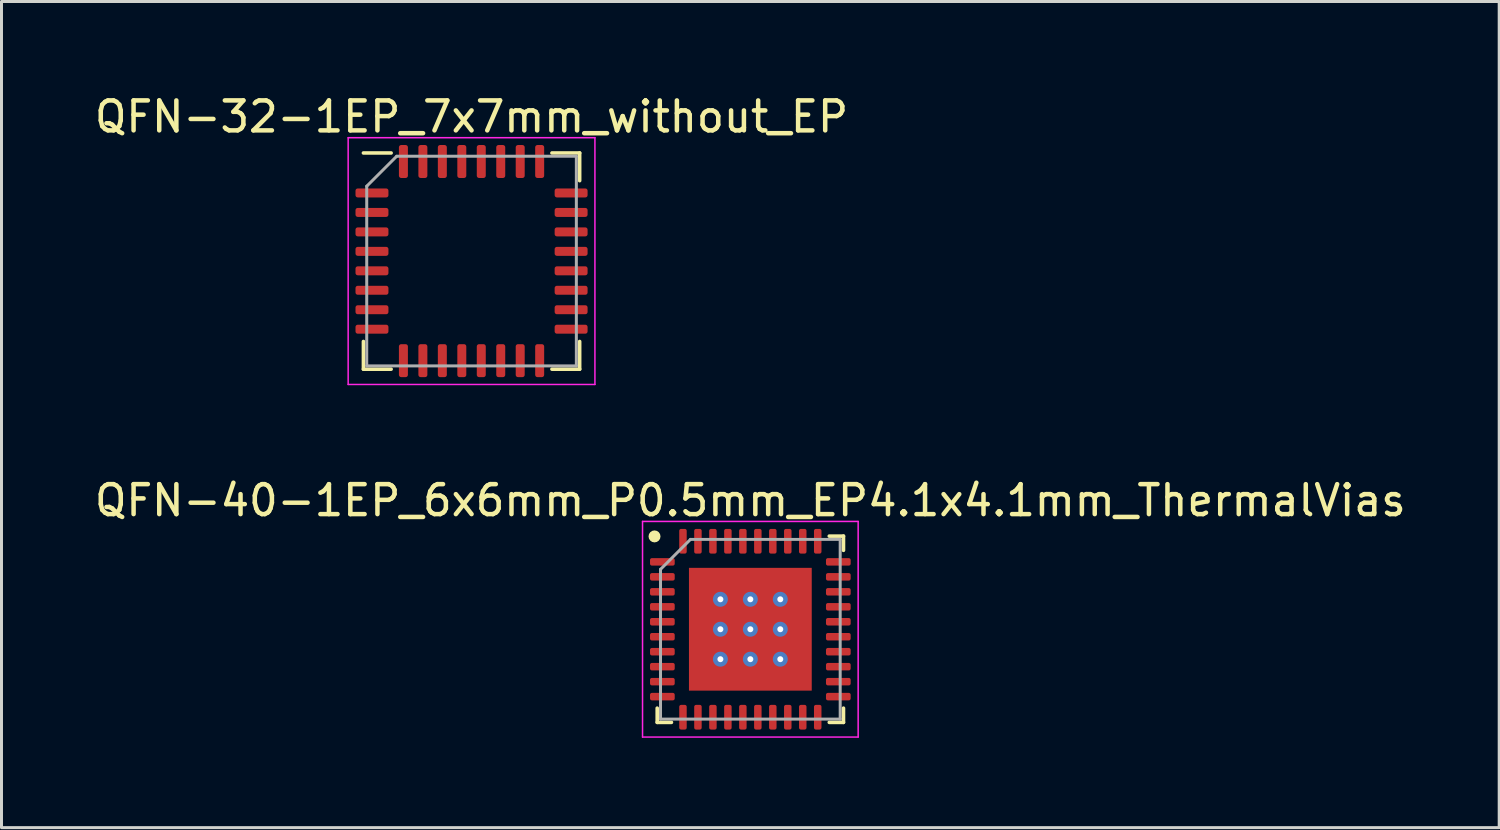
<source format=kicad_pcb>
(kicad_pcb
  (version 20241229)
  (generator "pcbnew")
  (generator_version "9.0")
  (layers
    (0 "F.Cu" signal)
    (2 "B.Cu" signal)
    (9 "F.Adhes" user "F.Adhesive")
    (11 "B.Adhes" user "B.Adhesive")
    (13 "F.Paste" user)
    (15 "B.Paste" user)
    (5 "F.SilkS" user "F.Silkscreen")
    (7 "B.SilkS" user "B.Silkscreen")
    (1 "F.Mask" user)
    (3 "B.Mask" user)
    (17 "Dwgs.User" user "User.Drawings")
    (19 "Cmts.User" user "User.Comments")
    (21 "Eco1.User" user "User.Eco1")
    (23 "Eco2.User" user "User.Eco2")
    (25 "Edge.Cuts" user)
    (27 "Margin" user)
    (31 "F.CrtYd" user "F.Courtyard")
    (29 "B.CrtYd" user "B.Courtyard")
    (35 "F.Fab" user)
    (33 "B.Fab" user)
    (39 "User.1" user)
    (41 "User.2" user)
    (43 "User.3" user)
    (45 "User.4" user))
  (footprint "QFN-32-1EP_7x7mm_without_EP"
    (layer "F.Cu")
    (at 12.696 5.668)
    (property "Reference" "QFN-32-1EP_7x7mm_without_EP" (at 0 -4.82 0) (layer "F.SilkS") (effects (font (size 1 1) (thickness 0.15))))
    (attr smd)
    (fp_line (start -3.61 3.61) (end -3.61 2.685) (stroke (width 0.12) (type solid)) (layer "F.SilkS"))
    (fp_line (start -2.685 -3.61) (end -3.61 -3.61) (stroke (width 0.12) (type solid)) (layer "F.SilkS"))
    (fp_line (start -2.685 3.61) (end -3.61 3.61) (stroke (width 0.12) (type solid)) (layer "F.SilkS"))
    (fp_line (start 2.685 -3.61) (end 3.61 -3.61) (stroke (width 0.12) (type solid)) (layer "F.SilkS"))
    (fp_line (start 2.685 3.61) (end 3.61 3.61) (stroke (width 0.12) (type solid)) (layer "F.SilkS"))
    (fp_line (start 3.61 -3.61) (end 3.61 -2.685) (stroke (width 0.12) (type solid)) (layer "F.SilkS"))
    (fp_line (start 3.61 3.61) (end 3.61 2.685) (stroke (width 0.12) (type solid)) (layer "F.SilkS"))
    (fp_line (start -4.12 -4.12) (end -4.12 4.12) (stroke (width 0.05) (type solid)) (layer "F.CrtYd"))
    (fp_line (start -4.12 4.12) (end 4.12 4.12) (stroke (width 0.05) (type solid)) (layer "F.CrtYd"))
    (fp_line (start 4.12 -4.12) (end -4.12 -4.12) (stroke (width 0.05) (type solid)) (layer "F.CrtYd"))
    (fp_line (start 4.12 4.12) (end 4.12 -4.12) (stroke (width 0.05) (type solid)) (layer "F.CrtYd"))
    (fp_line (start -3.5 -2.5) (end -2.5 -3.5) (stroke (width 0.1) (type solid)) (layer "F.Fab"))
    (fp_line (start -3.5 3.5) (end -3.5 -2.5) (stroke (width 0.1) (type solid)) (layer "F.Fab"))
    (fp_line (start -2.5 -3.5) (end 3.5 -3.5) (stroke (width 0.1) (type solid)) (layer "F.Fab"))
    (fp_line (start 3.5 -3.5) (end 3.5 3.5) (stroke (width 0.1) (type solid)) (layer "F.Fab"))
    (fp_line (start 3.5 3.5) (end -3.5 3.5) (stroke (width 0.1) (type solid)) (layer "F.Fab"))
    (pad "1" smd roundrect (at -3.325 -2.275) (size 1.1 0.3) (layers "F.Cu" "F.Mask" "F.Paste") (roundrect_rratio 0.25))
    (pad "2" smd roundrect (at -3.325 -1.625) (size 1.1 0.3) (layers "F.Cu" "F.Mask" "F.Paste") (roundrect_rratio 0.25))
    (pad "3" smd roundrect (at -3.325 -0.975) (size 1.1 0.3) (layers "F.Cu" "F.Mask" "F.Paste") (roundrect_rratio 0.25))
    (pad "4" smd roundrect (at -3.325 -0.325) (size 1.1 0.3) (layers "F.Cu" "F.Mask" "F.Paste") (roundrect_rratio 0.25))
    (pad "5" smd roundrect (at -3.325 0.325) (size 1.1 0.3) (layers "F.Cu" "F.Mask" "F.Paste") (roundrect_rratio 0.25))
    (pad "6" smd roundrect (at -3.325 0.975) (size 1.1 0.3) (layers "F.Cu" "F.Mask" "F.Paste") (roundrect_rratio 0.25))
    (pad "7" smd roundrect (at -3.325 1.625) (size 1.1 0.3) (layers "F.Cu" "F.Mask" "F.Paste") (roundrect_rratio 0.25))
    (pad "8" smd roundrect (at -3.325 2.275) (size 1.1 0.3) (layers "F.Cu" "F.Mask" "F.Paste") (roundrect_rratio 0.25))
    (pad "9" smd roundrect (at -2.275 3.325) (size 0.3 1.1) (layers "F.Cu" "F.Mask" "F.Paste") (roundrect_rratio 0.25))
    (pad "10" smd roundrect (at -1.625 3.325) (size 0.3 1.1) (layers "F.Cu" "F.Mask" "F.Paste") (roundrect_rratio 0.25))
    (pad "11" smd roundrect (at -0.975 3.325) (size 0.3 1.1) (layers "F.Cu" "F.Mask" "F.Paste") (roundrect_rratio 0.25))
    (pad "12" smd roundrect (at -0.325 3.325) (size 0.3 1.1) (layers "F.Cu" "F.Mask" "F.Paste") (roundrect_rratio 0.25))
    (pad "13" smd roundrect (at 0.325 3.325) (size 0.3 1.1) (layers "F.Cu" "F.Mask" "F.Paste") (roundrect_rratio 0.25))
    (pad "14" smd roundrect (at 0.975 3.325) (size 0.3 1.1) (layers "F.Cu" "F.Mask" "F.Paste") (roundrect_rratio 0.25))
    (pad "15" smd roundrect (at 1.625 3.325) (size 0.3 1.1) (layers "F.Cu" "F.Mask" "F.Paste") (roundrect_rratio 0.25))
    (pad "16" smd roundrect (at 2.275 3.325) (size 0.3 1.1) (layers "F.Cu" "F.Mask" "F.Paste") (roundrect_rratio 0.25))
    (pad "17" smd roundrect (at 3.325 2.275) (size 1.1 0.3) (layers "F.Cu" "F.Mask" "F.Paste") (roundrect_rratio 0.25))
    (pad "18" smd roundrect (at 3.325 1.625) (size 1.1 0.3) (layers "F.Cu" "F.Mask" "F.Paste") (roundrect_rratio 0.25))
    (pad "19" smd roundrect (at 3.325 0.975) (size 1.1 0.3) (layers "F.Cu" "F.Mask" "F.Paste") (roundrect_rratio 0.25))
    (pad "20" smd roundrect (at 3.325 0.325) (size 1.1 0.3) (layers "F.Cu" "F.Mask" "F.Paste") (roundrect_rratio 0.25))
    (pad "21" smd roundrect (at 3.325 -0.325) (size 1.1 0.3) (layers "F.Cu" "F.Mask" "F.Paste") (roundrect_rratio 0.25))
    (pad "22" smd roundrect (at 3.325 -0.975) (size 1.1 0.3) (layers "F.Cu" "F.Mask" "F.Paste") (roundrect_rratio 0.25))
    (pad "23" smd roundrect (at 3.325 -1.625) (size 1.1 0.3) (layers "F.Cu" "F.Mask" "F.Paste") (roundrect_rratio 0.25))
    (pad "24" smd roundrect (at 3.325 -2.275) (size 1.1 0.3) (layers "F.Cu" "F.Mask" "F.Paste") (roundrect_rratio 0.25))
    (pad "25" smd roundrect (at 2.275 -3.325) (size 0.3 1.1) (layers "F.Cu" "F.Mask" "F.Paste") (roundrect_rratio 0.25))
    (pad "26" smd roundrect (at 1.625 -3.325) (size 0.3 1.1) (layers "F.Cu" "F.Mask" "F.Paste") (roundrect_rratio 0.25))
    (pad "27" smd roundrect (at 0.975 -3.325) (size 0.3 1.1) (layers "F.Cu" "F.Mask" "F.Paste") (roundrect_rratio 0.25))
    (pad "28" smd roundrect (at 0.325 -3.325) (size 0.3 1.1) (layers "F.Cu" "F.Mask" "F.Paste") (roundrect_rratio 0.25))
    (pad "29" smd roundrect (at -0.325 -3.325) (size 0.3 1.1) (layers "F.Cu" "F.Mask" "F.Paste") (roundrect_rratio 0.25))
    (pad "30" smd roundrect (at -0.975 -3.325) (size 0.3 1.1) (layers "F.Cu" "F.Mask" "F.Paste") (roundrect_rratio 0.25))
    (pad "31" smd roundrect (at -1.625 -3.325) (size 0.3 1.1) (layers "F.Cu" "F.Mask" "F.Paste") (roundrect_rratio 0.25))
    (pad "32" smd roundrect (at -2.275 -3.325) (size 0.3 1.1) (layers "F.Cu" "F.Mask" "F.Paste") (roundrect_rratio 0.25)))
  (footprint "QFN-40-1EP_6x6mm_P0.5mm_EP4.1x4.1mm_ThermalVias"
    (layer "F.Cu")
    (at 22.006 17.962)
    (property "Reference" "QFN-40-1EP_6x6mm_P0.5mm_EP4.1x4.1mm_ThermalVias" (at 0 -4.3 0) (layer "F.SilkS") (effects (font (size 1 1) (thickness 0.15))))
    (attr smd)
    (fp_line (start -3.11 3.11) (end -3.11 2.635) (stroke (width 0.12) (type solid)) (layer "F.SilkS"))
    (fp_line (start -2.635 3.11) (end -3.11 3.11) (stroke (width 0.12) (type solid)) (layer "F.SilkS"))
    (fp_line (start 2.635 -3.11) (end 3.11 -3.11) (stroke (width 0.12) (type solid)) (layer "F.SilkS"))
    (fp_line (start 2.635 3.11) (end 3.11 3.11) (stroke (width 0.12) (type solid)) (layer "F.SilkS"))
    (fp_line (start 3.11 -3.11) (end 3.11 -2.635) (stroke (width 0.12) (type solid)) (layer "F.SilkS"))
    (fp_line (start 3.11 3.11) (end 3.11 2.635) (stroke (width 0.12) (type solid)) (layer "F.SilkS"))
    (fp_circle (center -3.2 -3.1) (end -3.1 -3.1) (stroke (width 0.2) (type solid)) (fill no) (layer "F.SilkS"))
    (fp_line (start -3.6 -3.6) (end -3.6 3.6) (stroke (width 0.05) (type solid)) (layer "F.CrtYd"))
    (fp_line (start -3.6 3.6) (end 3.6 3.6) (stroke (width 0.05) (type solid)) (layer "F.CrtYd"))
    (fp_line (start 3.6 -3.6) (end -3.6 -3.6) (stroke (width 0.05) (type solid)) (layer "F.CrtYd"))
    (fp_line (start 3.6 3.6) (end 3.6 -3.6) (stroke (width 0.05) (type solid)) (layer "F.CrtYd"))
    (fp_line (start -3 -2) (end -2 -3) (stroke (width 0.1) (type solid)) (layer "F.Fab"))
    (fp_line (start -3 3) (end -3 -2) (stroke (width 0.1) (type solid)) (layer "F.Fab"))
    (fp_line (start -2 -3) (end 3 -3) (stroke (width 0.1) (type solid)) (layer "F.Fab"))
    (fp_line (start 3 -3) (end 3 3) (stroke (width 0.1) (type solid)) (layer "F.Fab"))
    (fp_line (start 3 3) (end -3 3) (stroke (width 0.1) (type solid)) (layer "F.Fab"))
    (pad "" smd custom (at -1.538 -1.538) (size 0.786 0.786) (layers "F.Paste") (options (anchor circle)) (primitives (gr_poly (pts (xy -0.34 -0.253) (xy -0.253 -0.34) (xy 0.253 -0.34) (xy 0.34 -0.253) (xy 0.34 0.253) (xy 0.253 0.34) (xy -0.253 0.34) (xy -0.34 0.253)) (width 0.21) (fill yes))))
    (pad "" smd custom (at -1.538 -0.512) (size 0.786 0.786) (layers "F.Paste") (options (anchor circle)) (primitives (gr_poly (pts (xy -0.34 -0.253) (xy -0.253 -0.34) (xy 0.253 -0.34) (xy 0.34 -0.253) (xy 0.34 0.253) (xy 0.253 0.34) (xy -0.253 0.34) (xy -0.34 0.253)) (width 0.21) (fill yes))))
    (pad "" smd custom (at -1.538 0.512) (size 0.786 0.786) (layers "F.Paste") (options (anchor circle)) (primitives (gr_poly (pts (xy -0.34 -0.253) (xy -0.253 -0.34) (xy 0.253 -0.34) (xy 0.34 -0.253) (xy 0.34 0.253) (xy 0.253 0.34) (xy -0.253 0.34) (xy -0.34 0.253)) (width 0.21) (fill yes))))
    (pad "" smd custom (at -1.538 1.538) (size 0.786 0.786) (layers "F.Paste") (options (anchor circle)) (primitives (gr_poly (pts (xy -0.34 -0.253) (xy -0.253 -0.34) (xy 0.253 -0.34) (xy 0.34 -0.253) (xy 0.34 0.253) (xy 0.253 0.34) (xy -0.253 0.34) (xy -0.34 0.253)) (width 0.21) (fill yes))))
    (pad "" smd custom (at -0.512 -1.538) (size 0.786 0.786) (layers "F.Paste") (options (anchor circle)) (primitives (gr_poly (pts (xy -0.34 -0.253) (xy -0.253 -0.34) (xy 0.253 -0.34) (xy 0.34 -0.253) (xy 0.34 0.253) (xy 0.253 0.34) (xy -0.253 0.34) (xy -0.34 0.253)) (width 0.21) (fill yes))))
    (pad "" smd custom (at -0.512 -0.512) (size 0.786 0.786) (layers "F.Paste") (options (anchor circle)) (primitives (gr_poly (pts (xy -0.34 -0.253) (xy -0.253 -0.34) (xy 0.253 -0.34) (xy 0.34 -0.253) (xy 0.34 0.253) (xy 0.253 0.34) (xy -0.253 0.34) (xy -0.34 0.253)) (width 0.21) (fill yes))))
    (pad "" smd custom (at -0.512 0.512) (size 0.786 0.786) (layers "F.Paste") (options (anchor circle)) (primitives (gr_poly (pts (xy -0.34 -0.253) (xy -0.253 -0.34) (xy 0.253 -0.34) (xy 0.34 -0.253) (xy 0.34 0.253) (xy 0.253 0.34) (xy -0.253 0.34) (xy -0.34 0.253)) (width 0.21) (fill yes))))
    (pad "" smd custom (at -0.512 1.538) (size 0.786 0.786) (layers "F.Paste") (options (anchor circle)) (primitives (gr_poly (pts (xy -0.34 -0.253) (xy -0.253 -0.34) (xy 0.253 -0.34) (xy 0.34 -0.253) (xy 0.34 0.253) (xy 0.253 0.34) (xy -0.253 0.34) (xy -0.34 0.253)) (width 0.21) (fill yes))))
    (pad "" smd custom (at 0.512 -1.538) (size 0.786 0.786) (layers "F.Paste") (options (anchor circle)) (primitives (gr_poly (pts (xy -0.34 -0.253) (xy -0.253 -0.34) (xy 0.253 -0.34) (xy 0.34 -0.253) (xy 0.34 0.253) (xy 0.253 0.34) (xy -0.253 0.34) (xy -0.34 0.253)) (width 0.21) (fill yes))))
    (pad "" smd custom (at 0.512 -0.512) (size 0.786 0.786) (layers "F.Paste") (options (anchor circle)) (primitives (gr_poly (pts (xy -0.34 -0.253) (xy -0.253 -0.34) (xy 0.253 -0.34) (xy 0.34 -0.253) (xy 0.34 0.253) (xy 0.253 0.34) (xy -0.253 0.34) (xy -0.34 0.253)) (width 0.21) (fill yes))))
    (pad "" smd custom (at 0.512 0.512) (size 0.786 0.786) (layers "F.Paste") (options (anchor circle)) (primitives (gr_poly (pts (xy -0.34 -0.253) (xy -0.253 -0.34) (xy 0.253 -0.34) (xy 0.34 -0.253) (xy 0.34 0.253) (xy 0.253 0.34) (xy -0.253 0.34) (xy -0.34 0.253)) (width 0.21) (fill yes))))
    (pad "" smd custom (at 0.512 1.538) (size 0.786 0.786) (layers "F.Paste") (options (anchor circle)) (primitives (gr_poly (pts (xy -0.34 -0.253) (xy -0.253 -0.34) (xy 0.253 -0.34) (xy 0.34 -0.253) (xy 0.34 0.253) (xy 0.253 0.34) (xy -0.253 0.34) (xy -0.34 0.253)) (width 0.21) (fill yes))))
    (pad "" smd custom (at 1.538 -1.538) (size 0.786 0.786) (layers "F.Paste") (options (anchor circle)) (primitives (gr_poly (pts (xy -0.34 -0.253) (xy -0.253 -0.34) (xy 0.253 -0.34) (xy 0.34 -0.253) (xy 0.34 0.253) (xy 0.253 0.34) (xy -0.253 0.34) (xy -0.34 0.253)) (width 0.21) (fill yes))))
    (pad "" smd custom (at 1.538 -0.512) (size 0.786 0.786) (layers "F.Paste") (options (anchor circle)) (primitives (gr_poly (pts (xy -0.34 -0.253) (xy -0.253 -0.34) (xy 0.253 -0.34) (xy 0.34 -0.253) (xy 0.34 0.253) (xy 0.253 0.34) (xy -0.253 0.34) (xy -0.34 0.253)) (width 0.21) (fill yes))))
    (pad "" smd custom (at 1.538 0.512) (size 0.786 0.786) (layers "F.Paste") (options (anchor circle)) (primitives (gr_poly (pts (xy -0.34 -0.253) (xy -0.253 -0.34) (xy 0.253 -0.34) (xy 0.34 -0.253) (xy 0.34 0.253) (xy 0.253 0.34) (xy -0.253 0.34) (xy -0.34 0.253)) (width 0.21) (fill yes))))
    (pad "" smd custom (at 1.538 1.538) (size 0.786 0.786) (layers "F.Paste") (options (anchor circle)) (primitives (gr_poly (pts (xy -0.34 -0.253) (xy -0.253 -0.34) (xy 0.253 -0.34) (xy 0.34 -0.253) (xy 0.34 0.253) (xy 0.253 0.34) (xy -0.253 0.34) (xy -0.34 0.253)) (width 0.21) (fill yes))))
    (pad "1" smd roundrect (at -2.938 -2.25) (size 0.825 0.25) (layers "F.Cu" "F.Mask" "F.Paste") (roundrect_rratio 0.25))
    (pad "2" smd roundrect (at -2.938 -1.75) (size 0.825 0.25) (layers "F.Cu" "F.Mask" "F.Paste") (roundrect_rratio 0.25))
    (pad "3" smd roundrect (at -2.938 -1.25) (size 0.825 0.25) (layers "F.Cu" "F.Mask" "F.Paste") (roundrect_rratio 0.25))
    (pad "4" smd roundrect (at -2.938 -0.75) (size 0.825 0.25) (layers "F.Cu" "F.Mask" "F.Paste") (roundrect_rratio 0.25))
    (pad "5" smd roundrect (at -2.938 -0.25) (size 0.825 0.25) (layers "F.Cu" "F.Mask" "F.Paste") (roundrect_rratio 0.25))
    (pad "6" smd roundrect (at -2.938 0.25) (size 0.825 0.25) (layers "F.Cu" "F.Mask" "F.Paste") (roundrect_rratio 0.25))
    (pad "7" smd roundrect (at -2.938 0.75) (size 0.825 0.25) (layers "F.Cu" "F.Mask" "F.Paste") (roundrect_rratio 0.25))
    (pad "8" smd roundrect (at -2.938 1.25) (size 0.825 0.25) (layers "F.Cu" "F.Mask" "F.Paste") (roundrect_rratio 0.25))
    (pad "9" smd roundrect (at -2.938 1.75) (size 0.825 0.25) (layers "F.Cu" "F.Mask" "F.Paste") (roundrect_rratio 0.25))
    (pad "10" smd roundrect (at -2.938 2.25) (size 0.825 0.25) (layers "F.Cu" "F.Mask" "F.Paste") (roundrect_rratio 0.25))
    (pad "11" smd roundrect (at -2.25 2.938) (size 0.25 0.825) (layers "F.Cu" "F.Mask" "F.Paste") (roundrect_rratio 0.25))
    (pad "12" smd roundrect (at -1.75 2.938) (size 0.25 0.825) (layers "F.Cu" "F.Mask" "F.Paste") (roundrect_rratio 0.25))
    (pad "13" smd roundrect (at -1.25 2.938) (size 0.25 0.825) (layers "F.Cu" "F.Mask" "F.Paste") (roundrect_rratio 0.25))
    (pad "14" smd roundrect (at -0.75 2.938) (size 0.25 0.825) (layers "F.Cu" "F.Mask" "F.Paste") (roundrect_rratio 0.25))
    (pad "15" smd roundrect (at -0.25 2.938) (size 0.25 0.825) (layers "F.Cu" "F.Mask" "F.Paste") (roundrect_rratio 0.25))
    (pad "16" smd roundrect (at 0.25 2.938) (size 0.25 0.825) (layers "F.Cu" "F.Mask" "F.Paste") (roundrect_rratio 0.25))
    (pad "17" smd roundrect (at 0.75 2.938) (size 0.25 0.825) (layers "F.Cu" "F.Mask" "F.Paste") (roundrect_rratio 0.25))
    (pad "18" smd roundrect (at 1.25 2.938) (size 0.25 0.825) (layers "F.Cu" "F.Mask" "F.Paste") (roundrect_rratio 0.25))
    (pad "19" smd roundrect (at 1.75 2.938) (size 0.25 0.825) (layers "F.Cu" "F.Mask" "F.Paste") (roundrect_rratio 0.25))
    (pad "20" smd roundrect (at 2.25 2.938) (size 0.25 0.825) (layers "F.Cu" "F.Mask" "F.Paste") (roundrect_rratio 0.25))
    (pad "21" smd roundrect (at 2.938 2.25) (size 0.825 0.25) (layers "F.Cu" "F.Mask" "F.Paste") (roundrect_rratio 0.25))
    (pad "22" smd roundrect (at 2.938 1.75) (size 0.825 0.25) (layers "F.Cu" "F.Mask" "F.Paste") (roundrect_rratio 0.25))
    (pad "23" smd roundrect (at 2.938 1.25) (size 0.825 0.25) (layers "F.Cu" "F.Mask" "F.Paste") (roundrect_rratio 0.25))
    (pad "24" smd roundrect (at 2.938 0.75) (size 0.825 0.25) (layers "F.Cu" "F.Mask" "F.Paste") (roundrect_rratio 0.25))
    (pad "25" smd roundrect (at 2.938 0.25) (size 0.825 0.25) (layers "F.Cu" "F.Mask" "F.Paste") (roundrect_rratio 0.25))
    (pad "26" smd roundrect (at 2.938 -0.25) (size 0.825 0.25) (layers "F.Cu" "F.Mask" "F.Paste") (roundrect_rratio 0.25))
    (pad "27" smd roundrect (at 2.938 -0.75) (size 0.825 0.25) (layers "F.Cu" "F.Mask" "F.Paste") (roundrect_rratio 0.25))
    (pad "28" smd roundrect (at 2.938 -1.25) (size 0.825 0.25) (layers "F.Cu" "F.Mask" "F.Paste") (roundrect_rratio 0.25))
    (pad "29" smd roundrect (at 2.938 -1.75) (size 0.825 0.25) (layers "F.Cu" "F.Mask" "F.Paste") (roundrect_rratio 0.25))
    (pad "30" smd roundrect (at 2.938 -2.25) (size 0.825 0.25) (layers "F.Cu" "F.Mask" "F.Paste") (roundrect_rratio 0.25))
    (pad "31" smd roundrect (at 2.25 -2.938) (size 0.25 0.825) (layers "F.Cu" "F.Mask" "F.Paste") (roundrect_rratio 0.25))
    (pad "32" smd roundrect (at 1.75 -2.938) (size 0.25 0.825) (layers "F.Cu" "F.Mask" "F.Paste") (roundrect_rratio 0.25))
    (pad "33" smd roundrect (at 1.25 -2.938) (size 0.25 0.825) (layers "F.Cu" "F.Mask" "F.Paste") (roundrect_rratio 0.25))
    (pad "34" smd roundrect (at 0.75 -2.938) (size 0.25 0.825) (layers "F.Cu" "F.Mask" "F.Paste") (roundrect_rratio 0.25))
    (pad "35" smd roundrect (at 0.25 -2.938) (size 0.25 0.825) (layers "F.Cu" "F.Mask" "F.Paste") (roundrect_rratio 0.25))
    (pad "36" smd roundrect (at -0.25 -2.938) (size 0.25 0.825) (layers "F.Cu" "F.Mask" "F.Paste") (roundrect_rratio 0.25))
    (pad "37" smd roundrect (at -0.75 -2.938) (size 0.25 0.825) (layers "F.Cu" "F.Mask" "F.Paste") (roundrect_rratio 0.25))
    (pad "38" smd roundrect (at -1.25 -2.938) (size 0.25 0.825) (layers "F.Cu" "F.Mask" "F.Paste") (roundrect_rratio 0.25))
    (pad "39" smd roundrect (at -1.75 -2.938) (size 0.25 0.825) (layers "F.Cu" "F.Mask" "F.Paste") (roundrect_rratio 0.25))
    (pad "40" smd roundrect (at -2.25 -2.938) (size 0.25 0.825) (layers "F.Cu" "F.Mask" "F.Paste") (roundrect_rratio 0.25))
    (pad "EP" thru_hole circle (at -1 -1) (size 0.5 0.5) (drill 0.2) (layers "*.Cu"))
    (pad "EP" thru_hole circle (at -1 0) (size 0.5 0.5) (drill 0.2) (layers "*.Cu"))
    (pad "EP" thru_hole circle (at -1 1) (size 0.5 0.5) (drill 0.2) (layers "*.Cu"))
    (pad "EP" thru_hole circle (at 0 -1) (size 0.5 0.5) (drill 0.2) (layers "*.Cu"))
    (pad "EP" thru_hole circle (at 0 0) (size 0.5 0.5) (drill 0.2) (layers "*.Cu"))
    (pad "EP" smd rect (at 0 0) (size 4.1 4.1) (layers "F.Cu" "F.Mask" "F.Paste"))
    (pad "EP" thru_hole circle (at 0 1) (size 0.5 0.5) (drill 0.2) (layers "*.Cu"))
    (pad "EP" thru_hole circle (at 1 -1) (size 0.5 0.5) (drill 0.2) (layers "*.Cu"))
    (pad "EP" thru_hole circle (at 1 0) (size 0.5 0.5) (drill 0.2) (layers "*.Cu"))
    (pad "EP" thru_hole circle (at 1 1) (size 0.5 0.5) (drill 0.2) (layers "*.Cu")))
  (gr_rect
    (start -3 -3)
    (end 47.012 24.587)
    (stroke (width 0.1) (type default))
    (fill no)
    (layer "Edge.Cuts")))
</source>
